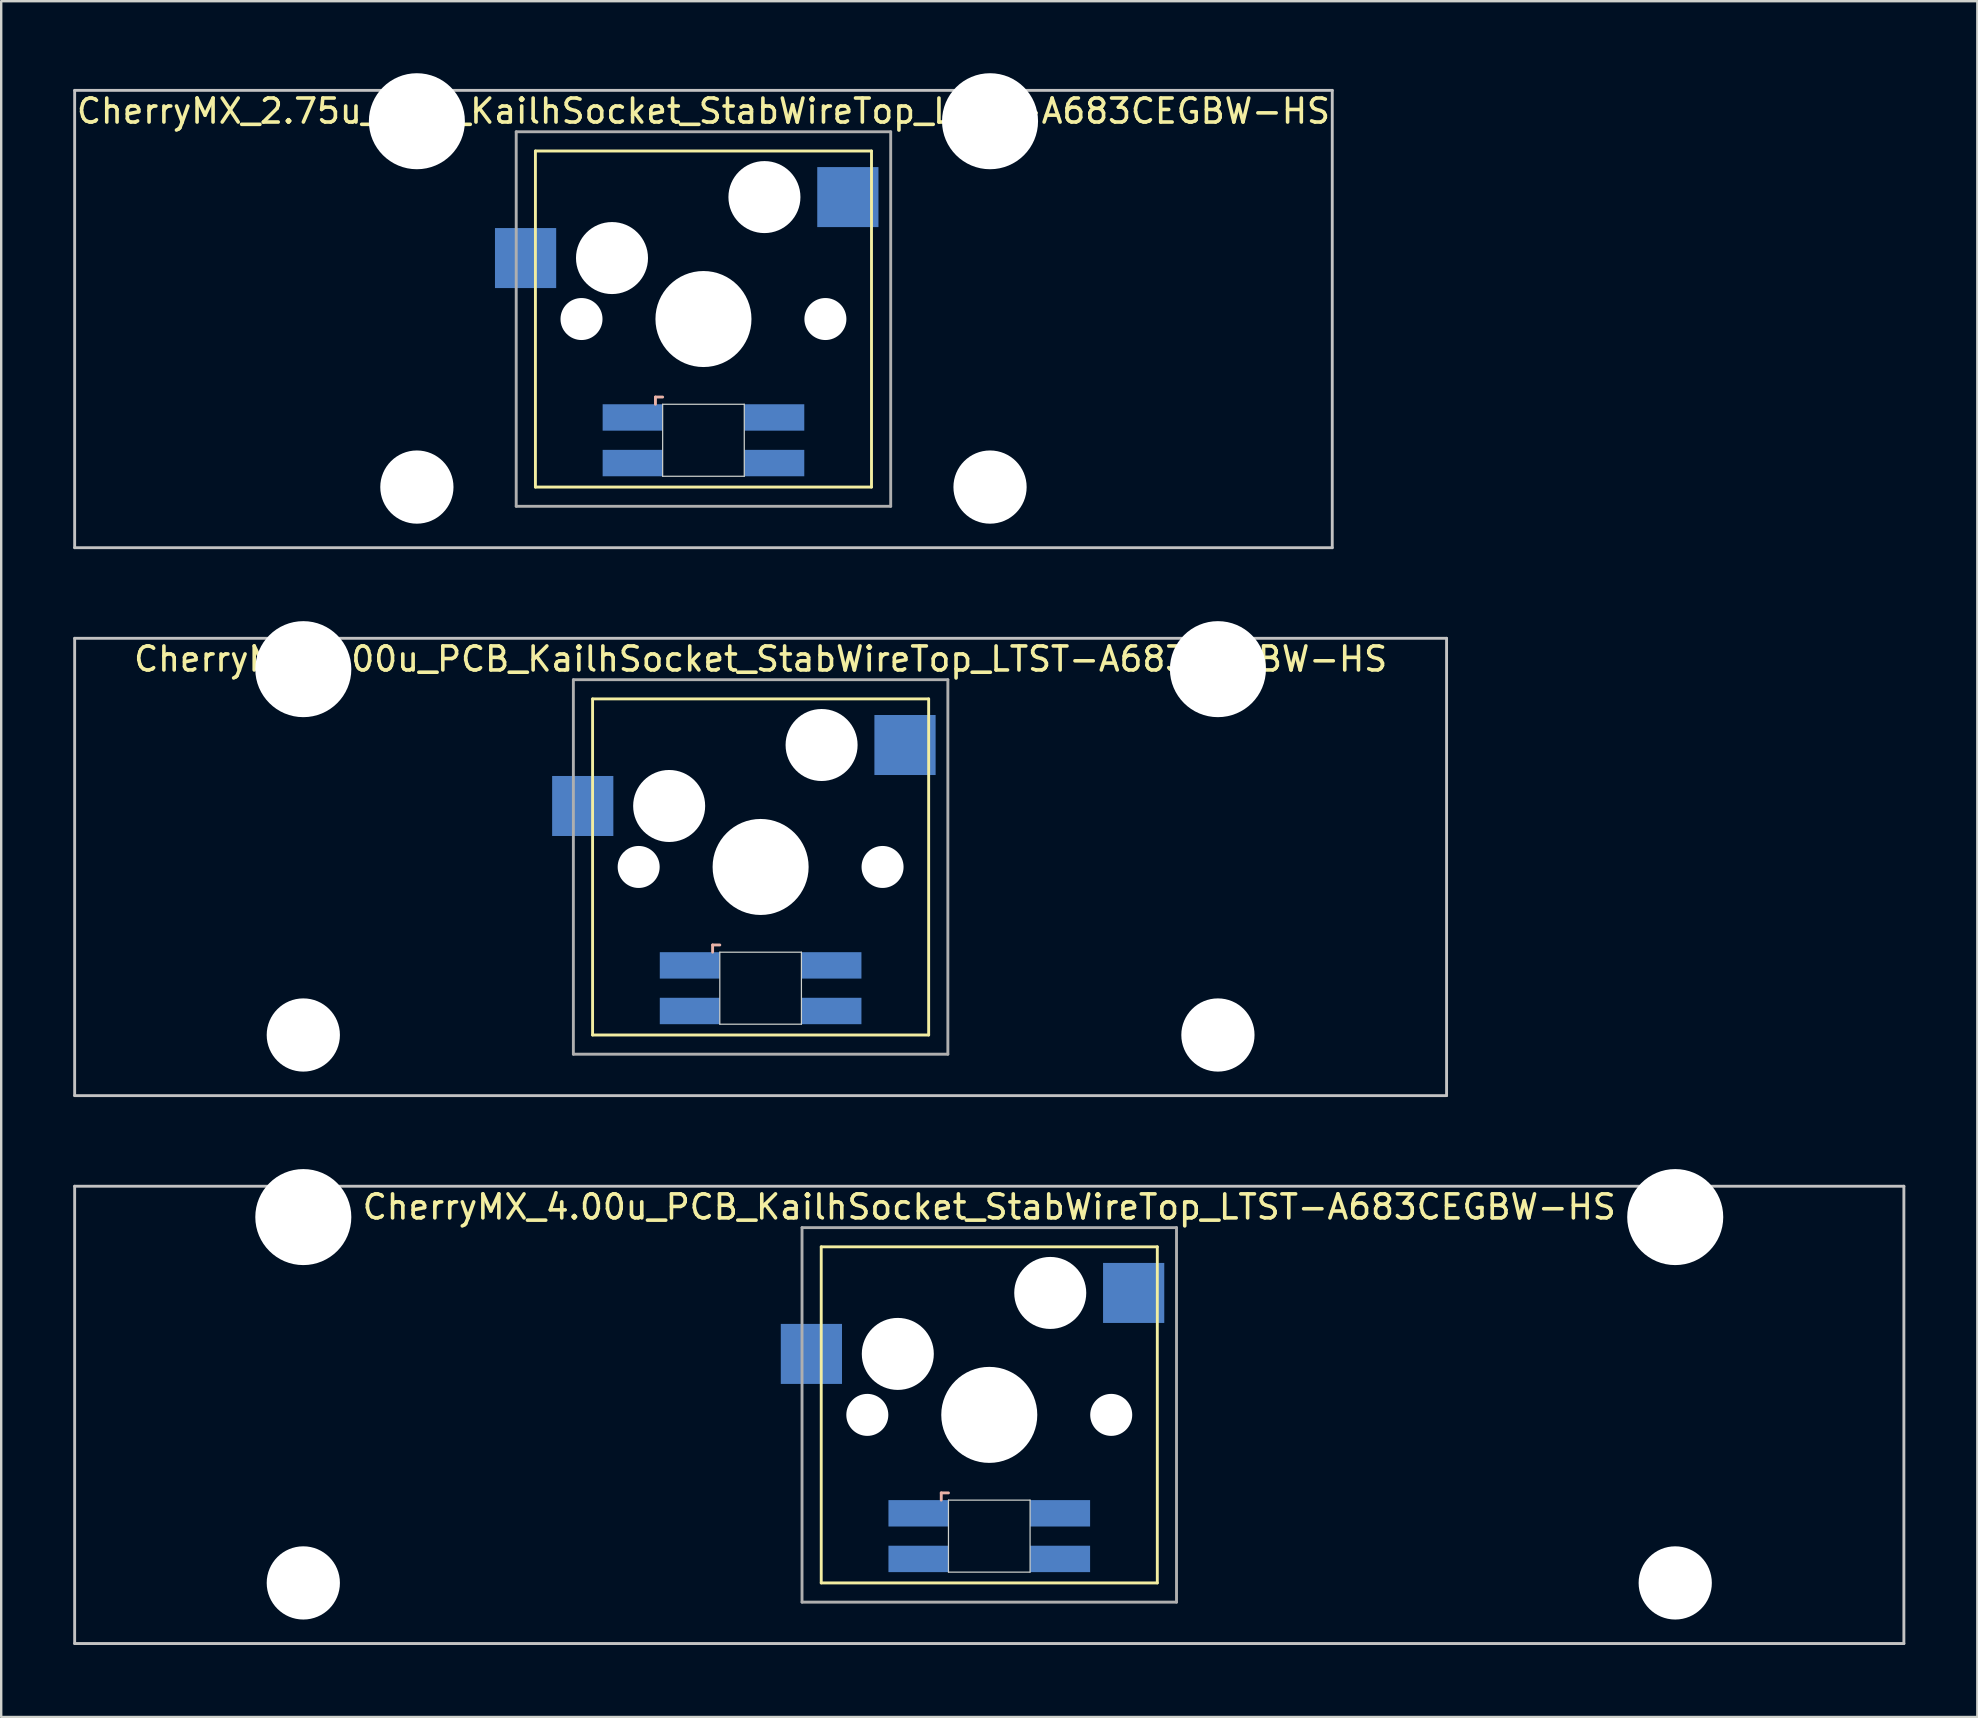
<source format=kicad_pcb>
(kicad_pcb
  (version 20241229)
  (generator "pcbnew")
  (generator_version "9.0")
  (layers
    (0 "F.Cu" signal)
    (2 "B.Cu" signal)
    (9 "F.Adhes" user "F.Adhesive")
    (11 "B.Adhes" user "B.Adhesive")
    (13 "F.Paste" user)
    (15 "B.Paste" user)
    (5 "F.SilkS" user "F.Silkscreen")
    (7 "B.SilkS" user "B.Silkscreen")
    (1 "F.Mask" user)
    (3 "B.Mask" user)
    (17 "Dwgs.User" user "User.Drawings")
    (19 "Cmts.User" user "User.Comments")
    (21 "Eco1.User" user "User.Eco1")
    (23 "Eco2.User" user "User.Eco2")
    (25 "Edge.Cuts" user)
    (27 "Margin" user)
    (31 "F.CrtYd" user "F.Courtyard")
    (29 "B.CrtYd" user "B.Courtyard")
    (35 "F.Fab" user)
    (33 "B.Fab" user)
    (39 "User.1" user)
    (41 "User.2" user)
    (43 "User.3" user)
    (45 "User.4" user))
  (footprint "CherryMX_3.00u_PCB_KailhSocket_StabWireTop_LTST-A683CEGBW-HS"
    (layer "F.Cu")
    (at 28.635 33.065)
    (property "Reference" "CherryMX_3.00u_PCB_KailhSocket_StabWireTop_LTST-A683CEGBW-HS" (at 0 -8.662 0) (layer "F.SilkS") (effects (font (size 1 1) (thickness 0.15))))
    (attr through_hole)
    (fp_line (start -7 -7) (end -7 7) (stroke (width 0.12) (type solid)) (layer "F.SilkS"))
    (fp_line (start -7 -7) (end 7 -7) (stroke (width 0.12) (type solid)) (layer "F.SilkS"))
    (fp_line (start 7 -7) (end 7 7) (stroke (width 0.12) (type solid)) (layer "F.SilkS"))
    (fp_line (start 7 7) (end -7 7) (stroke (width 0.12) (type solid)) (layer "F.SilkS"))
    (fp_line (start -2 3.25) (end -2 3.55) (stroke (width 0.12) (type solid)) (layer "B.SilkS"))
    (fp_line (start -1.7 3.25) (end -2 3.25) (stroke (width 0.12) (type solid)) (layer "B.SilkS"))
    (fp_line (start -28.575 -9.525) (end 28.575 -9.525) (stroke (width 0.12) (type solid)) (layer "Dwgs.User"))
    (fp_line (start -28.575 9.525) (end -28.575 -9.525) (stroke (width 0.12) (type solid)) (layer "Dwgs.User"))
    (fp_line (start 28.575 -9.525) (end 28.575 9.525) (stroke (width 0.12) (type solid)) (layer "Dwgs.User"))
    (fp_line (start 28.575 9.525) (end -28.575 9.525) (stroke (width 0.12) (type solid)) (layer "Dwgs.User"))
    (fp_line (start -1.7 3.55) (end 1.7 3.55) (stroke (width 0.05) (type solid)) (layer "Edge.Cuts"))
    (fp_line (start -1.7 6.55) (end -1.7 3.55) (stroke (width 0.05) (type solid)) (layer "Edge.Cuts"))
    (fp_line (start 1.7 3.55) (end 1.7 6.55) (stroke (width 0.05) (type solid)) (layer "Edge.Cuts"))
    (fp_line (start 1.7 6.55) (end -1.7 6.55) (stroke (width 0.05) (type solid)) (layer "Edge.Cuts"))
    (fp_line (start -7.8 -7.8) (end -7.8 7.8) (stroke (width 0.12) (type solid)) (layer "F.Fab"))
    (fp_line (start -7.8 -7.8) (end 7.8 -7.8) (stroke (width 0.12) (type solid)) (layer "F.Fab"))
    (fp_line (start -7.8 7.8) (end 7.8 7.8) (stroke (width 0.12) (type solid)) (layer "F.Fab"))
    (fp_line (start 7.8 -7.8) (end 7.8 7.8) (stroke (width 0.12) (type solid)) (layer "F.Fab"))
    (pad "" np_thru_hole circle (at -19.05 -8.24) (size 4 4) (drill 4) (layers "*.Cu" "*.Mask"))
    (pad "" np_thru_hole circle (at -19.05 7) (size 3.05 3.05) (drill 3.05) (layers "*.Cu" "*.Mask"))
    (pad "" np_thru_hole circle (at -5.08 0) (size 1.75 1.75) (drill 1.75) (layers "*.Cu" "*.Mask"))
    (pad "" np_thru_hole circle (at -3.81 -2.54) (size 3 3) (drill 3) (layers "*.Cu" "*.Mask"))
    (pad "" np_thru_hole circle (at 0 0) (size 4 4) (drill 4) (layers "*.Cu" "*.Mask"))
    (pad "" np_thru_hole circle (at 2.54 -5.08) (size 3 3) (drill 3) (layers "*.Cu" "*.Mask"))
    (pad "" np_thru_hole circle (at 5.08 0) (size 1.75 1.75) (drill 1.75) (layers "*.Cu" "*.Mask"))
    (pad "" np_thru_hole circle (at 19.05 -8.24) (size 4 4) (drill 4) (layers "*.Cu" "*.Mask"))
    (pad "" np_thru_hole circle (at 19.05 7) (size 3.05 3.05) (drill 3.05) (layers "*.Cu" "*.Mask"))
    (pad "1" smd rect (at -7.41 -2.54) (size 2.55 2.5) (layers "B.Cu" "B.Mask" "B.Paste"))
    (pad "2" smd rect (at 6.015 -5.08) (size 2.55 2.5) (layers "B.Cu" "B.Mask" "B.Paste"))
    (pad "3" smd rect (at -2.95 4.1) (size 2.5 1.1) (layers "B.Cu" "B.Mask" "B.Paste"))
    (pad "4" smd rect (at -2.95 6) (size 2.5 1.1) (layers "B.Cu" "B.Mask" "B.Paste"))
    (pad "5" smd rect (at 2.95 4.1) (size 2.5 1.1) (layers "B.Cu" "B.Mask" "B.Paste"))
    (pad "6" smd rect (at 2.95 6) (size 2.5 1.1) (layers "B.Cu" "B.Mask" "B.Paste")))
  (footprint "CherryMX_2.75u_PCB_KailhSocket_StabWireTop_LTST-A683CEGBW-HS"
    (layer "F.Cu")
    (at 26.254 10.24)
    (property "Reference" "CherryMX_2.75u_PCB_KailhSocket_StabWireTop_LTST-A683CEGBW-HS" (at 0 -8.662 0) (layer "F.SilkS") (effects (font (size 1 1) (thickness 0.15))))
    (attr through_hole)
    (fp_line (start -7 -7) (end -7 7) (stroke (width 0.12) (type solid)) (layer "F.SilkS"))
    (fp_line (start -7 -7) (end 7 -7) (stroke (width 0.12) (type solid)) (layer "F.SilkS"))
    (fp_line (start 7 -7) (end 7 7) (stroke (width 0.12) (type solid)) (layer "F.SilkS"))
    (fp_line (start 7 7) (end -7 7) (stroke (width 0.12) (type solid)) (layer "F.SilkS"))
    (fp_line (start -2 3.25) (end -2 3.55) (stroke (width 0.12) (type solid)) (layer "B.SilkS"))
    (fp_line (start -1.7 3.25) (end -2 3.25) (stroke (width 0.12) (type solid)) (layer "B.SilkS"))
    (fp_line (start -26.194 -9.525) (end 26.194 -9.525) (stroke (width 0.12) (type solid)) (layer "Dwgs.User"))
    (fp_line (start -26.194 9.525) (end -26.194 -9.525) (stroke (width 0.12) (type solid)) (layer "Dwgs.User"))
    (fp_line (start 26.194 -9.525) (end 26.194 9.525) (stroke (width 0.12) (type solid)) (layer "Dwgs.User"))
    (fp_line (start 26.194 9.525) (end -26.194 9.525) (stroke (width 0.12) (type solid)) (layer "Dwgs.User"))
    (fp_line (start -1.7 3.55) (end 1.7 3.55) (stroke (width 0.05) (type solid)) (layer "Edge.Cuts"))
    (fp_line (start -1.7 6.55) (end -1.7 3.55) (stroke (width 0.05) (type solid)) (layer "Edge.Cuts"))
    (fp_line (start 1.7 3.55) (end 1.7 6.55) (stroke (width 0.05) (type solid)) (layer "Edge.Cuts"))
    (fp_line (start 1.7 6.55) (end -1.7 6.55) (stroke (width 0.05) (type solid)) (layer "Edge.Cuts"))
    (fp_line (start -7.8 -7.8) (end -7.8 7.8) (stroke (width 0.12) (type solid)) (layer "F.Fab"))
    (fp_line (start -7.8 -7.8) (end 7.8 -7.8) (stroke (width 0.12) (type solid)) (layer "F.Fab"))
    (fp_line (start -7.8 7.8) (end 7.8 7.8) (stroke (width 0.12) (type solid)) (layer "F.Fab"))
    (fp_line (start 7.8 -7.8) (end 7.8 7.8) (stroke (width 0.12) (type solid)) (layer "F.Fab"))
    (pad "" np_thru_hole circle (at -11.938 -8.24) (size 4 4) (drill 4) (layers "*.Cu" "*.Mask"))
    (pad "" np_thru_hole circle (at -11.938 7) (size 3.05 3.05) (drill 3.05) (layers "*.Cu" "*.Mask"))
    (pad "" np_thru_hole circle (at -5.08 0) (size 1.75 1.75) (drill 1.75) (layers "*.Cu" "*.Mask"))
    (pad "" np_thru_hole circle (at -3.81 -2.54) (size 3 3) (drill 3) (layers "*.Cu" "*.Mask"))
    (pad "" np_thru_hole circle (at 0 0) (size 4 4) (drill 4) (layers "*.Cu" "*.Mask"))
    (pad "" np_thru_hole circle (at 2.54 -5.08) (size 3 3) (drill 3) (layers "*.Cu" "*.Mask"))
    (pad "" np_thru_hole circle (at 5.08 0) (size 1.75 1.75) (drill 1.75) (layers "*.Cu" "*.Mask"))
    (pad "" np_thru_hole circle (at 11.938 -8.24) (size 4 4) (drill 4) (layers "*.Cu" "*.Mask"))
    (pad "" np_thru_hole circle (at 11.938 7) (size 3.05 3.05) (drill 3.05) (layers "*.Cu" "*.Mask"))
    (pad "1" smd rect (at -7.41 -2.54) (size 2.55 2.5) (layers "B.Cu" "B.Mask" "B.Paste"))
    (pad "2" smd rect (at 6.015 -5.08) (size 2.55 2.5) (layers "B.Cu" "B.Mask" "B.Paste"))
    (pad "3" smd rect (at -2.95 4.1) (size 2.5 1.1) (layers "B.Cu" "B.Mask" "B.Paste"))
    (pad "4" smd rect (at -2.95 6) (size 2.5 1.1) (layers "B.Cu" "B.Mask" "B.Paste"))
    (pad "5" smd rect (at 2.95 4.1) (size 2.5 1.1) (layers "B.Cu" "B.Mask" "B.Paste"))
    (pad "6" smd rect (at 2.95 6) (size 2.5 1.1) (layers "B.Cu" "B.Mask" "B.Paste")))
  (footprint "CherryMX_4.00u_PCB_KailhSocket_StabWireTop_LTST-A683CEGBW-HS"
    (layer "F.Cu")
    (at 38.16 55.89)
    (property "Reference" "CherryMX_4.00u_PCB_KailhSocket_StabWireTop_LTST-A683CEGBW-HS" (at 0 -8.662 0) (layer "F.SilkS") (effects (font (size 1 1) (thickness 0.15))))
    (attr through_hole)
    (fp_line (start -7 -7) (end -7 7) (stroke (width 0.12) (type solid)) (layer "F.SilkS"))
    (fp_line (start -7 -7) (end 7 -7) (stroke (width 0.12) (type solid)) (layer "F.SilkS"))
    (fp_line (start 7 -7) (end 7 7) (stroke (width 0.12) (type solid)) (layer "F.SilkS"))
    (fp_line (start 7 7) (end -7 7) (stroke (width 0.12) (type solid)) (layer "F.SilkS"))
    (fp_line (start -2 3.25) (end -2 3.55) (stroke (width 0.12) (type solid)) (layer "B.SilkS"))
    (fp_line (start -1.7 3.25) (end -2 3.25) (stroke (width 0.12) (type solid)) (layer "B.SilkS"))
    (fp_line (start -38.1 -9.525) (end 38.1 -9.525) (stroke (width 0.12) (type solid)) (layer "Dwgs.User"))
    (fp_line (start -38.1 9.525) (end -38.1 -9.525) (stroke (width 0.12) (type solid)) (layer "Dwgs.User"))
    (fp_line (start 38.1 -9.525) (end 38.1 9.525) (stroke (width 0.12) (type solid)) (layer "Dwgs.User"))
    (fp_line (start 38.1 9.525) (end -38.1 9.525) (stroke (width 0.12) (type solid)) (layer "Dwgs.User"))
    (fp_line (start -1.7 3.55) (end 1.7 3.55) (stroke (width 0.05) (type solid)) (layer "Edge.Cuts"))
    (fp_line (start -1.7 6.55) (end -1.7 3.55) (stroke (width 0.05) (type solid)) (layer "Edge.Cuts"))
    (fp_line (start 1.7 3.55) (end 1.7 6.55) (stroke (width 0.05) (type solid)) (layer "Edge.Cuts"))
    (fp_line (start 1.7 6.55) (end -1.7 6.55) (stroke (width 0.05) (type solid)) (layer "Edge.Cuts"))
    (fp_line (start -7.8 -7.8) (end -7.8 7.8) (stroke (width 0.12) (type solid)) (layer "F.Fab"))
    (fp_line (start -7.8 -7.8) (end 7.8 -7.8) (stroke (width 0.12) (type solid)) (layer "F.Fab"))
    (fp_line (start -7.8 7.8) (end 7.8 7.8) (stroke (width 0.12) (type solid)) (layer "F.Fab"))
    (fp_line (start 7.8 -7.8) (end 7.8 7.8) (stroke (width 0.12) (type solid)) (layer "F.Fab"))
    (pad "" np_thru_hole circle (at -28.575 -8.24) (size 4 4) (drill 4) (layers "*.Cu" "*.Mask"))
    (pad "" np_thru_hole circle (at -28.575 7) (size 3.05 3.05) (drill 3.05) (layers "*.Cu" "*.Mask"))
    (pad "" np_thru_hole circle (at -5.08 0) (size 1.75 1.75) (drill 1.75) (layers "*.Cu" "*.Mask"))
    (pad "" np_thru_hole circle (at -3.81 -2.54) (size 3 3) (drill 3) (layers "*.Cu" "*.Mask"))
    (pad "" np_thru_hole circle (at 0 0) (size 4 4) (drill 4) (layers "*.Cu" "*.Mask"))
    (pad "" np_thru_hole circle (at 2.54 -5.08) (size 3 3) (drill 3) (layers "*.Cu" "*.Mask"))
    (pad "" np_thru_hole circle (at 5.08 0) (size 1.75 1.75) (drill 1.75) (layers "*.Cu" "*.Mask"))
    (pad "" np_thru_hole circle (at 28.575 -8.24) (size 4 4) (drill 4) (layers "*.Cu" "*.Mask"))
    (pad "" np_thru_hole circle (at 28.575 7) (size 3.05 3.05) (drill 3.05) (layers "*.Cu" "*.Mask"))
    (pad "1" smd rect (at -7.41 -2.54) (size 2.55 2.5) (layers "B.Cu" "B.Mask" "B.Paste"))
    (pad "2" smd rect (at 6.015 -5.08) (size 2.55 2.5) (layers "B.Cu" "B.Mask" "B.Paste"))
    (pad "3" smd rect (at -2.95 4.1) (size 2.5 1.1) (layers "B.Cu" "B.Mask" "B.Paste"))
    (pad "4" smd rect (at -2.95 6) (size 2.5 1.1) (layers "B.Cu" "B.Mask" "B.Paste"))
    (pad "5" smd rect (at 2.95 4.1) (size 2.5 1.1) (layers "B.Cu" "B.Mask" "B.Paste"))
    (pad "6" smd rect (at 2.95 6) (size 2.5 1.1) (layers "B.Cu" "B.Mask" "B.Paste")))
  (gr_rect
    (start -3 -3)
    (end 79.32 68.475)
    (stroke (width 0.1) (type default))
    (fill no)
    (layer "Edge.Cuts")))
</source>
